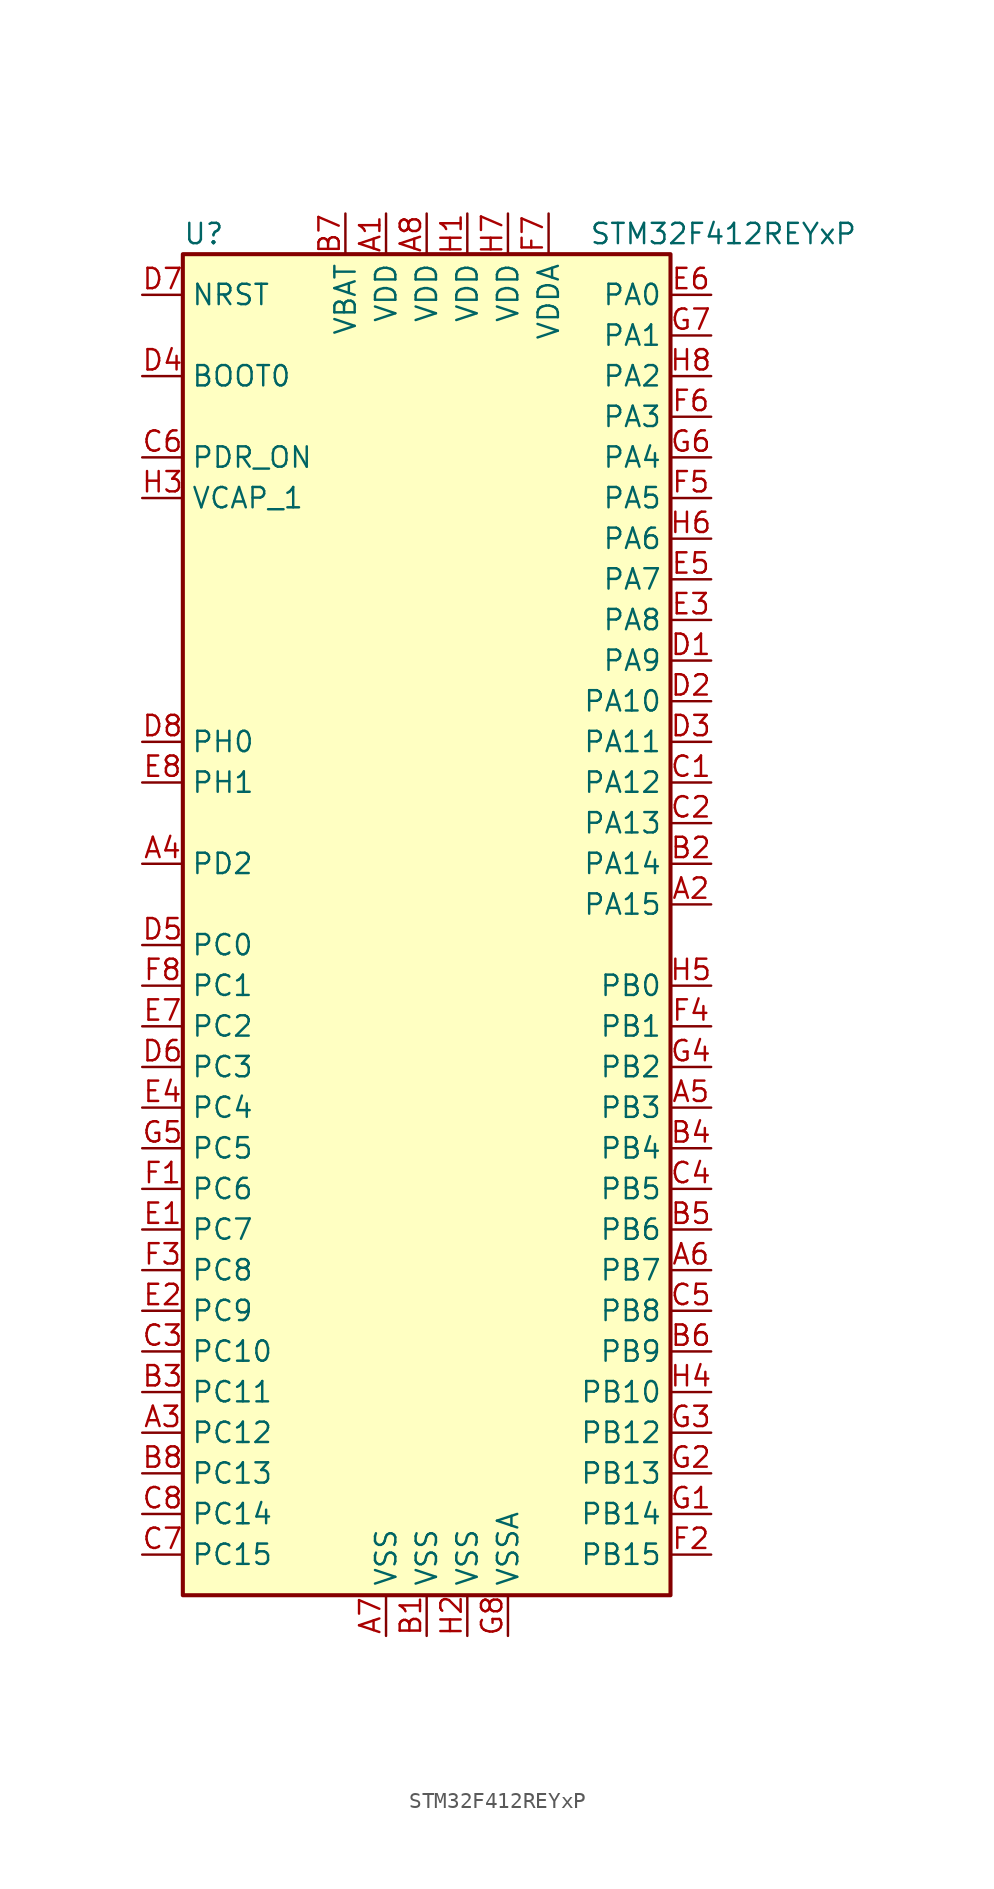
<source format=kicad_sym>
(kicad_symbol_lib
  (version 20201005)
  (generator kicad_symbol_editor)
  (symbol "STM32F412REYxP"
    (property "Reference" "U"
      (at -15.24 41.91 0)
      (effects (font (size 1.27 1.27)) (justify left)))
    (property "Value" "STM32F412REYxP"
      (at 10.16 41.91 0)
      (effects (font (size 1.27 1.27)) (justify left)))
    (symbol "STM32F412REYxP_0_1"
      (rectangle (start -15.24 -43.18) (end 15.24 40.64) (stroke (width 0.254)) (fill (type background))))
    (symbol "STM32F412REYxP_1_1"
      (pin input line (at -17.78 33.02 0) (length 2.54) (name "BOOT0" (effects (font (size 1.27 1.27)))) (number "D4" (effects (font (size 1.27 1.27)))))
      (pin input line (at -17.78 38.1 0) (length 2.54) (name "NRST" (effects (font (size 1.27 1.27)))) (number "D7" (effects (font (size 1.27 1.27)))))
      (pin bidirectional line (at 17.78 38.1 180) (length 2.54) (name "PA0" (effects (font (size 1.27 1.27)))) (number "E6" (effects (font (size 1.27 1.27)))))
      (pin bidirectional line (at 17.78 35.56 180) (length 2.54) (name "PA1" (effects (font (size 1.27 1.27)))) (number "G7" (effects (font (size 1.27 1.27)))))
      (pin bidirectional line (at 17.78 12.7 180) (length 2.54) (name "PA10" (effects (font (size 1.27 1.27)))) (number "D2" (effects (font (size 1.27 1.27)))))
      (pin bidirectional line (at 17.78 10.16 180) (length 2.54) (name "PA11" (effects (font (size 1.27 1.27)))) (number "D3" (effects (font (size 1.27 1.27)))))
      (pin bidirectional line (at 17.78 7.62 180) (length 2.54) (name "PA12" (effects (font (size 1.27 1.27)))) (number "C1" (effects (font (size 1.27 1.27)))))
      (pin bidirectional line (at 17.78 5.08 180) (length 2.54) (name "PA13" (effects (font (size 1.27 1.27)))) (number "C2" (effects (font (size 1.27 1.27)))))
      (pin bidirectional line (at 17.78 2.54 180) (length 2.54) (name "PA14" (effects (font (size 1.27 1.27)))) (number "B2" (effects (font (size 1.27 1.27)))))
      (pin bidirectional line (at 17.78 0 180) (length 2.54) (name "PA15" (effects (font (size 1.27 1.27)))) (number "A2" (effects (font (size 1.27 1.27)))))
      (pin bidirectional line (at 17.78 33.02 180) (length 2.54) (name "PA2" (effects (font (size 1.27 1.27)))) (number "H8" (effects (font (size 1.27 1.27)))))
      (pin bidirectional line (at 17.78 30.48 180) (length 2.54) (name "PA3" (effects (font (size 1.27 1.27)))) (number "F6" (effects (font (size 1.27 1.27)))))
      (pin bidirectional line (at 17.78 27.94 180) (length 2.54) (name "PA4" (effects (font (size 1.27 1.27)))) (number "G6" (effects (font (size 1.27 1.27)))))
      (pin bidirectional line (at 17.78 25.4 180) (length 2.54) (name "PA5" (effects (font (size 1.27 1.27)))) (number "F5" (effects (font (size 1.27 1.27)))))
      (pin bidirectional line (at 17.78 22.86 180) (length 2.54) (name "PA6" (effects (font (size 1.27 1.27)))) (number "H6" (effects (font (size 1.27 1.27)))))
      (pin bidirectional line (at 17.78 20.32 180) (length 2.54) (name "PA7" (effects (font (size 1.27 1.27)))) (number "E5" (effects (font (size 1.27 1.27)))))
      (pin bidirectional line (at 17.78 17.78 180) (length 2.54) (name "PA8" (effects (font (size 1.27 1.27)))) (number "E3" (effects (font (size 1.27 1.27)))))
      (pin bidirectional line (at 17.78 15.24 180) (length 2.54) (name "PA9" (effects (font (size 1.27 1.27)))) (number "D1" (effects (font (size 1.27 1.27)))))
      (pin bidirectional line (at 17.78 -5.08 180) (length 2.54) (name "PB0" (effects (font (size 1.27 1.27)))) (number "H5" (effects (font (size 1.27 1.27)))))
      (pin bidirectional line (at 17.78 -7.62 180) (length 2.54) (name "PB1" (effects (font (size 1.27 1.27)))) (number "F4" (effects (font (size 1.27 1.27)))))
      (pin bidirectional line (at 17.78 -30.48 180) (length 2.54) (name "PB10" (effects (font (size 1.27 1.27)))) (number "H4" (effects (font (size 1.27 1.27)))))
      (pin bidirectional line (at 17.78 -33.02 180) (length 2.54) (name "PB12" (effects (font (size 1.27 1.27)))) (number "G3" (effects (font (size 1.27 1.27)))))
      (pin bidirectional line (at 17.78 -35.56 180) (length 2.54) (name "PB13" (effects (font (size 1.27 1.27)))) (number "G2" (effects (font (size 1.27 1.27)))))
      (pin bidirectional line (at 17.78 -38.1 180) (length 2.54) (name "PB14" (effects (font (size 1.27 1.27)))) (number "G1" (effects (font (size 1.27 1.27)))))
      (pin bidirectional line (at 17.78 -40.64 180) (length 2.54) (name "PB15" (effects (font (size 1.27 1.27)))) (number "F2" (effects (font (size 1.27 1.27)))))
      (pin bidirectional line (at 17.78 -10.16 180) (length 2.54) (name "PB2" (effects (font (size 1.27 1.27)))) (number "G4" (effects (font (size 1.27 1.27)))))
      (pin bidirectional line (at 17.78 -12.7 180) (length 2.54) (name "PB3" (effects (font (size 1.27 1.27)))) (number "A5" (effects (font (size 1.27 1.27)))))
      (pin bidirectional line (at 17.78 -15.24 180) (length 2.54) (name "PB4" (effects (font (size 1.27 1.27)))) (number "B4" (effects (font (size 1.27 1.27)))))
      (pin bidirectional line (at 17.78 -17.78 180) (length 2.54) (name "PB5" (effects (font (size 1.27 1.27)))) (number "C4" (effects (font (size 1.27 1.27)))))
      (pin bidirectional line (at 17.78 -20.32 180) (length 2.54) (name "PB6" (effects (font (size 1.27 1.27)))) (number "B5" (effects (font (size 1.27 1.27)))))
      (pin bidirectional line (at 17.78 -22.86 180) (length 2.54) (name "PB7" (effects (font (size 1.27 1.27)))) (number "A6" (effects (font (size 1.27 1.27)))))
      (pin bidirectional line (at 17.78 -25.4 180) (length 2.54) (name "PB8" (effects (font (size 1.27 1.27)))) (number "C5" (effects (font (size 1.27 1.27)))))
      (pin bidirectional line (at 17.78 -27.94 180) (length 2.54) (name "PB9" (effects (font (size 1.27 1.27)))) (number "B6" (effects (font (size 1.27 1.27)))))
      (pin bidirectional line (at -17.78 -2.54 0) (length 2.54) (name "PC0" (effects (font (size 1.27 1.27)))) (number "D5" (effects (font (size 1.27 1.27)))))
      (pin bidirectional line (at -17.78 -5.08 0) (length 2.54) (name "PC1" (effects (font (size 1.27 1.27)))) (number "F8" (effects (font (size 1.27 1.27)))))
      (pin bidirectional line (at -17.78 -27.94 0) (length 2.54) (name "PC10" (effects (font (size 1.27 1.27)))) (number "C3" (effects (font (size 1.27 1.27)))))
      (pin bidirectional line (at -17.78 -30.48 0) (length 2.54) (name "PC11" (effects (font (size 1.27 1.27)))) (number "B3" (effects (font (size 1.27 1.27)))))
      (pin bidirectional line (at -17.78 -33.02 0) (length 2.54) (name "PC12" (effects (font (size 1.27 1.27)))) (number "A3" (effects (font (size 1.27 1.27)))))
      (pin bidirectional line (at -17.78 -35.56 0) (length 2.54) (name "PC13" (effects (font (size 1.27 1.27)))) (number "B8" (effects (font (size 1.27 1.27)))))
      (pin bidirectional line (at -17.78 -38.1 0) (length 2.54) (name "PC14" (effects (font (size 1.27 1.27)))) (number "C8" (effects (font (size 1.27 1.27)))))
      (pin bidirectional line (at -17.78 -40.64 0) (length 2.54) (name "PC15" (effects (font (size 1.27 1.27)))) (number "C7" (effects (font (size 1.27 1.27)))))
      (pin bidirectional line (at -17.78 -7.62 0) (length 2.54) (name "PC2" (effects (font (size 1.27 1.27)))) (number "E7" (effects (font (size 1.27 1.27)))))
      (pin bidirectional line (at -17.78 -10.16 0) (length 2.54) (name "PC3" (effects (font (size 1.27 1.27)))) (number "D6" (effects (font (size 1.27 1.27)))))
      (pin bidirectional line (at -17.78 -12.7 0) (length 2.54) (name "PC4" (effects (font (size 1.27 1.27)))) (number "E4" (effects (font (size 1.27 1.27)))))
      (pin bidirectional line (at -17.78 -15.24 0) (length 2.54) (name "PC5" (effects (font (size 1.27 1.27)))) (number "G5" (effects (font (size 1.27 1.27)))))
      (pin bidirectional line (at -17.78 -17.78 0) (length 2.54) (name "PC6" (effects (font (size 1.27 1.27)))) (number "F1" (effects (font (size 1.27 1.27)))))
      (pin bidirectional line (at -17.78 -20.32 0) (length 2.54) (name "PC7" (effects (font (size 1.27 1.27)))) (number "E1" (effects (font (size 1.27 1.27)))))
      (pin bidirectional line (at -17.78 -22.86 0) (length 2.54) (name "PC8" (effects (font (size 1.27 1.27)))) (number "F3" (effects (font (size 1.27 1.27)))))
      (pin bidirectional line (at -17.78 -25.4 0) (length 2.54) (name "PC9" (effects (font (size 1.27 1.27)))) (number "E2" (effects (font (size 1.27 1.27)))))
      (pin bidirectional line (at -17.78 2.54 0) (length 2.54) (name "PD2" (effects (font (size 1.27 1.27)))) (number "A4" (effects (font (size 1.27 1.27)))))
      (pin power_in line (at -17.78 27.94 0) (length 2.54) (name "PDR_ON" (effects (font (size 1.27 1.27)))) (number "C6" (effects (font (size 1.27 1.27)))))
      (pin input line (at -17.78 10.16 0) (length 2.54) (name "PH0" (effects (font (size 1.27 1.27)))) (number "D8" (effects (font (size 1.27 1.27)))))
      (pin input line (at -17.78 7.62 0) (length 2.54) (name "PH1" (effects (font (size 1.27 1.27)))) (number "E8" (effects (font (size 1.27 1.27)))))
      (pin power_in line (at -5.08 43.18 270) (length 2.54) (name "VBAT" (effects (font (size 1.27 1.27)))) (number "B7" (effects (font (size 1.27 1.27)))))
      (pin power_in line (at -17.78 25.4 0) (length 2.54) (name "VCAP_1" (effects (font (size 1.27 1.27)))) (number "H3" (effects (font (size 1.27 1.27)))))
      (pin power_in line (at -2.54 43.18 270) (length 2.54) (name "VDD" (effects (font (size 1.27 1.27)))) (number "A1" (effects (font (size 1.27 1.27)))))
      (pin power_in line (at 0 43.18 270) (length 2.54) (name "VDD" (effects (font (size 1.27 1.27)))) (number "A8" (effects (font (size 1.27 1.27)))))
      (pin power_in line (at 2.54 43.18 270) (length 2.54) (name "VDD" (effects (font (size 1.27 1.27)))) (number "H1" (effects (font (size 1.27 1.27)))))
      (pin power_in line (at 5.08 43.18 270) (length 2.54) (name "VDD" (effects (font (size 1.27 1.27)))) (number "H7" (effects (font (size 1.27 1.27)))))
      (pin power_in line (at 7.62 43.18 270) (length 2.54) (name "VDDA" (effects (font (size 1.27 1.27)))) (number "F7" (effects (font (size 1.27 1.27)))))
      (pin power_in line (at -2.54 -45.72 90) (length 2.54) (name "VSS" (effects (font (size 1.27 1.27)))) (number "A7" (effects (font (size 1.27 1.27)))))
      (pin power_in line (at 0 -45.72 90) (length 2.54) (name "VSS" (effects (font (size 1.27 1.27)))) (number "B1" (effects (font (size 1.27 1.27)))))
      (pin power_in line (at 2.54 -45.72 90) (length 2.54) (name "VSS" (effects (font (size 1.27 1.27)))) (number "H2" (effects (font (size 1.27 1.27)))))
      (pin power_in line (at 5.08 -45.72 90) (length 2.54) (name "VSSA" (effects (font (size 1.27 1.27)))) (number "G8" (effects (font (size 1.27 1.27))))))))
</source>
